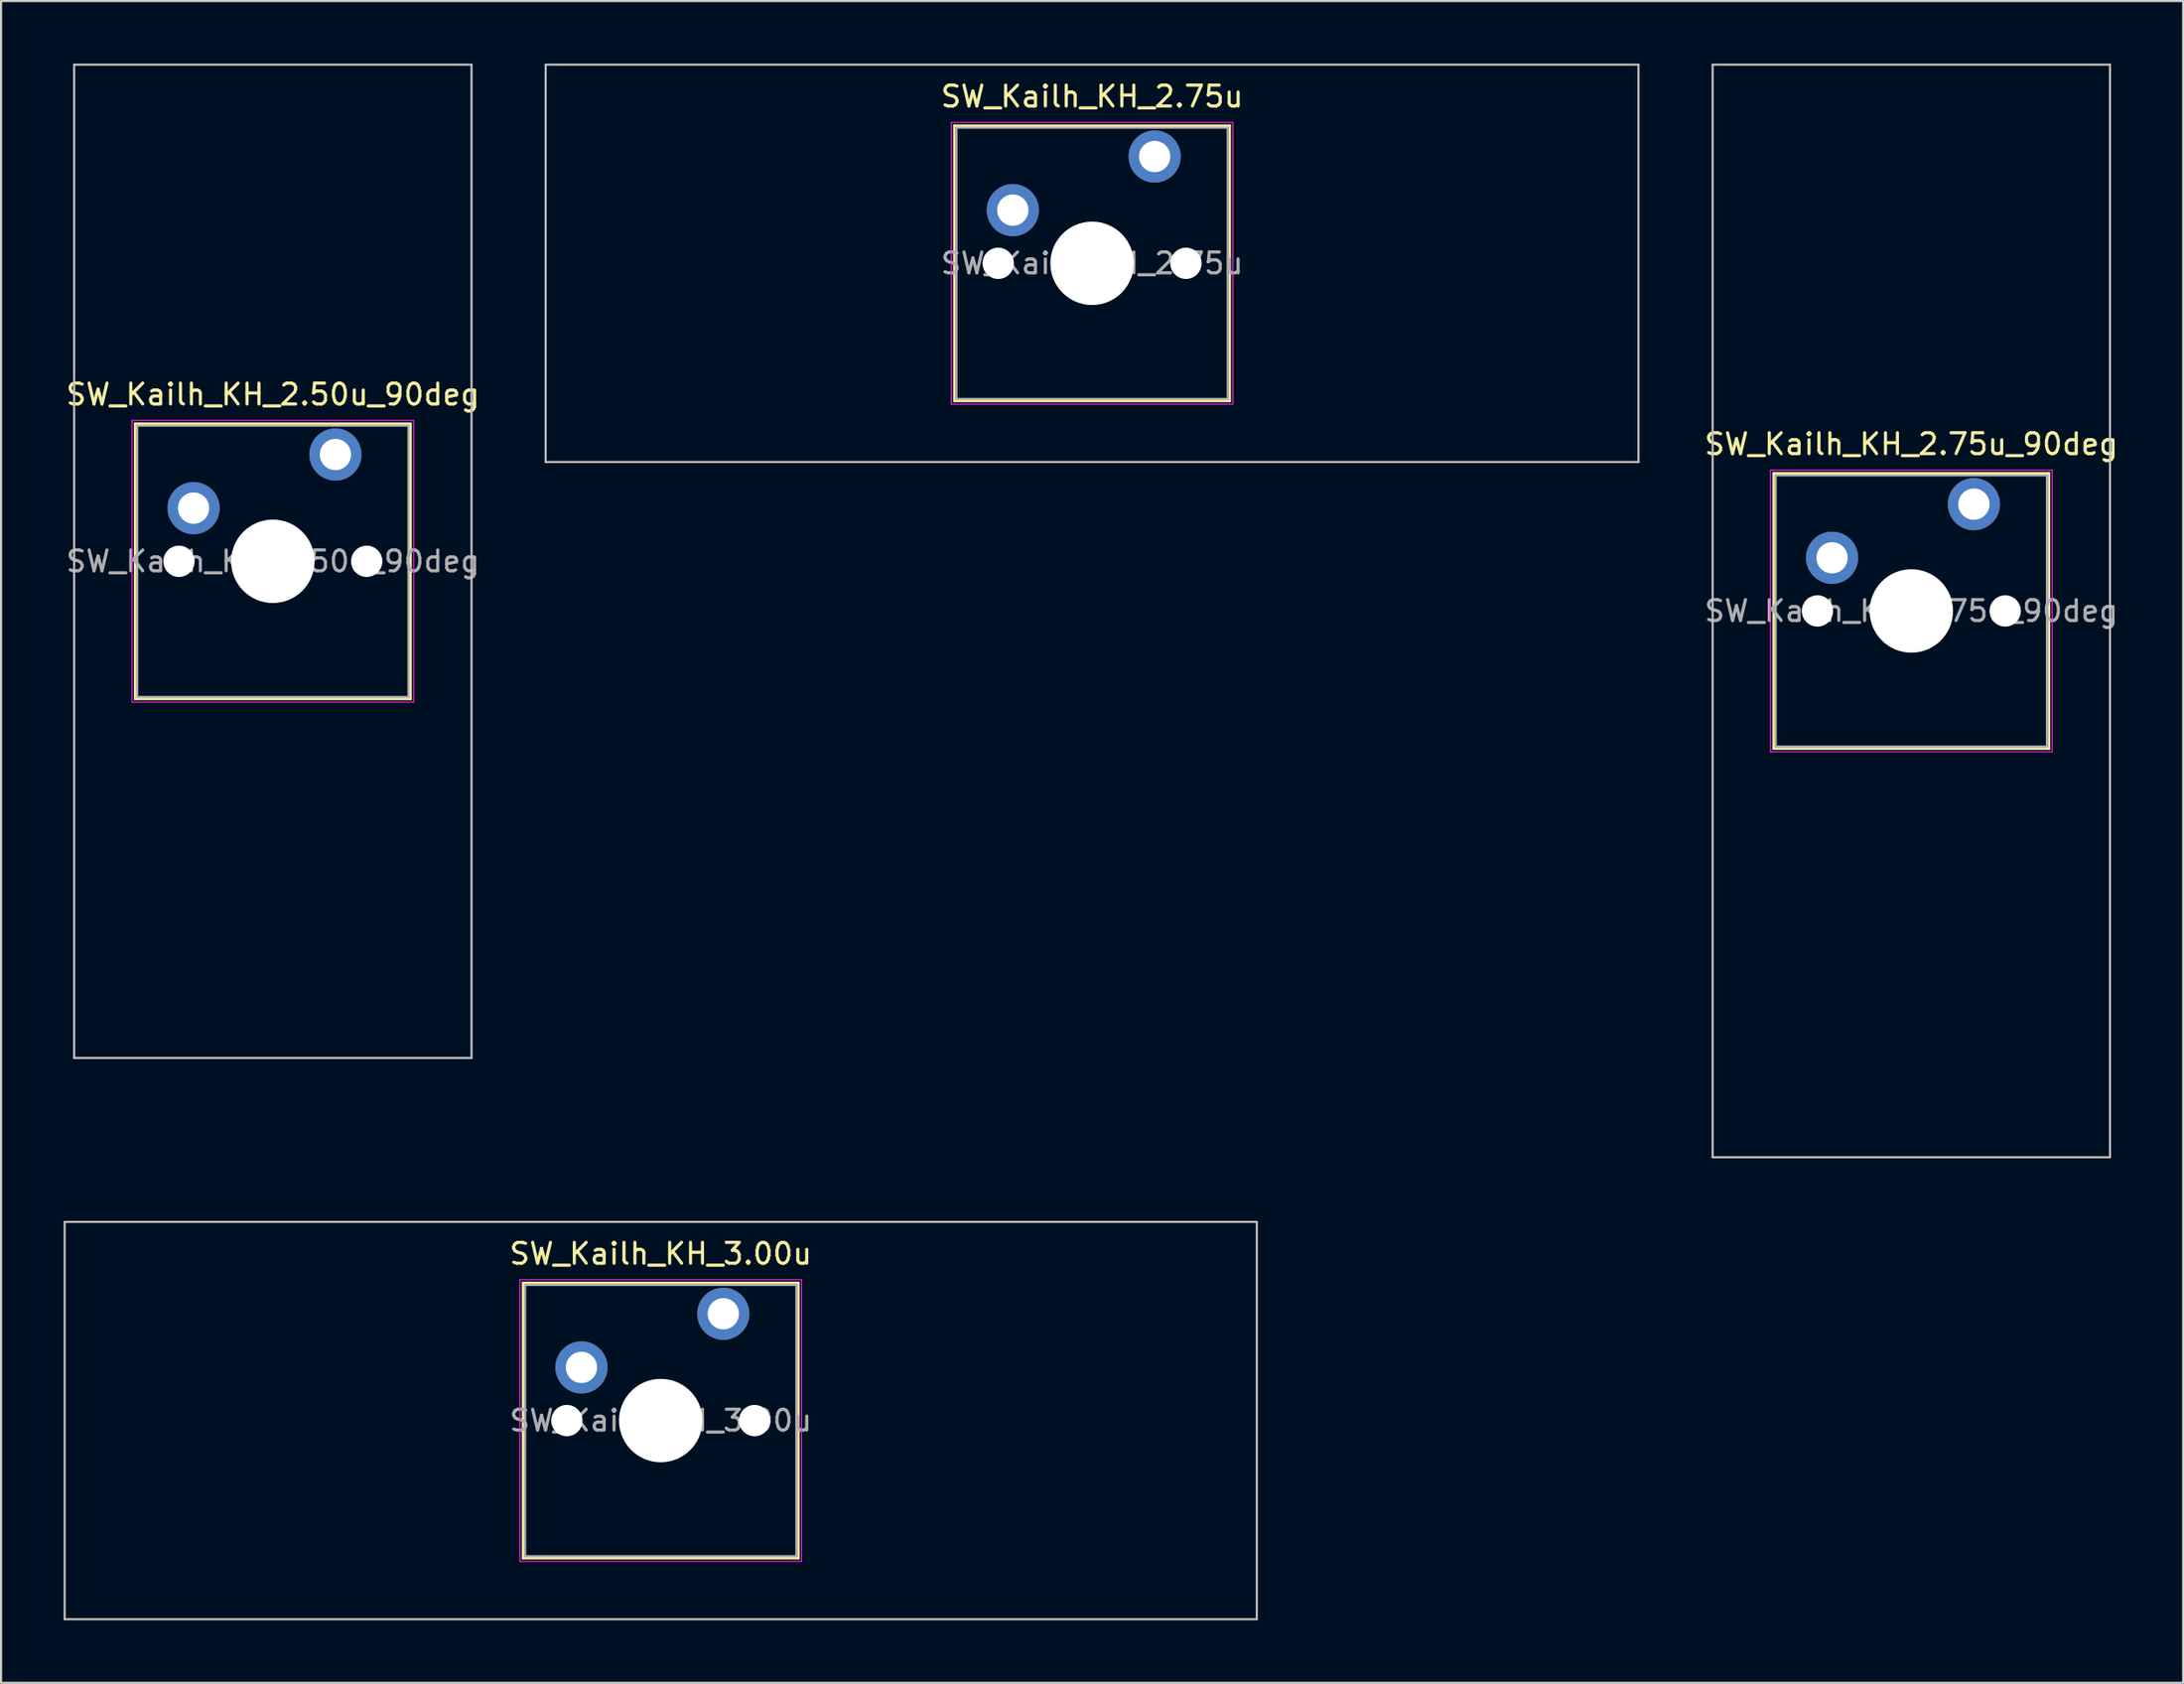
<source format=kicad_pcb>
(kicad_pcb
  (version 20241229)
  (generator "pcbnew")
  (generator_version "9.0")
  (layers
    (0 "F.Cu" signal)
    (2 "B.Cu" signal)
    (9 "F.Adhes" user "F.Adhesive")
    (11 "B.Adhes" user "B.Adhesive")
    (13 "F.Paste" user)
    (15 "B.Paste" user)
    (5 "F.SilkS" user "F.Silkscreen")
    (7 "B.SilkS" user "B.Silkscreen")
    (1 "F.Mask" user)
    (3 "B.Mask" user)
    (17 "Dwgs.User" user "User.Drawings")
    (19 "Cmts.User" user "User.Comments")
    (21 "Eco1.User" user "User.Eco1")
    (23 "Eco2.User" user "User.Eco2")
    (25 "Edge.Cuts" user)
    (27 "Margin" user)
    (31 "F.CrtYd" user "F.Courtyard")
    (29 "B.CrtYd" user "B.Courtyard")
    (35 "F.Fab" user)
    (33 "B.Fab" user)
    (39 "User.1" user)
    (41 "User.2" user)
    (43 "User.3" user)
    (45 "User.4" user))
  (footprint "SW_Kailh_KH_2.50u_90deg"
    (layer "F.Cu")
    (at 10.03 23.863)
    (property "Reference" "SW_Kailh_KH_2.50u_90deg" (at 0 -8 0) (layer "F.SilkS") (effects (font (size 1 1) (thickness 0.15))))
    (attr through_hole)
    (fp_line (start -6.6 -6.6) (end -6.6 6.6) (stroke (width 0.12) (type solid)) (layer "F.SilkS"))
    (fp_line (start -6.6 6.6) (end 6.6 6.6) (stroke (width 0.12) (type solid)) (layer "F.SilkS"))
    (fp_line (start 6.6 -6.6) (end -6.6 -6.6) (stroke (width 0.12) (type solid)) (layer "F.SilkS"))
    (fp_line (start 6.6 6.6) (end 6.6 -6.6) (stroke (width 0.12) (type solid)) (layer "F.SilkS"))
    (fp_line (start -9.525 -23.812) (end 9.525 -23.812) (stroke (width 0.1) (type solid)) (layer "Dwgs.User"))
    (fp_line (start -9.525 23.812) (end -9.525 -23.812) (stroke (width 0.1) (type solid)) (layer "Dwgs.User"))
    (fp_line (start 9.525 -23.812) (end 9.525 23.812) (stroke (width 0.1) (type solid)) (layer "Dwgs.User"))
    (fp_line (start 9.525 23.812) (end -9.525 23.812) (stroke (width 0.1) (type solid)) (layer "Dwgs.User"))
    (fp_line (start -6.1 -6.1) (end -6.1 6.1) (stroke (width 0.1) (type solid)) (layer "Eco1.User"))
    (fp_line (start -6.1 6.1) (end 6.1 6.1) (stroke (width 0.1) (type solid)) (layer "Eco1.User"))
    (fp_line (start 6.1 -6.1) (end -6.1 -6.1) (stroke (width 0.1) (type solid)) (layer "Eco1.User"))
    (fp_line (start 6.1 6.1) (end 6.1 -6.1) (stroke (width 0.1) (type solid)) (layer "Eco1.User"))
    (fp_line (start -6.75 -6.75) (end -6.75 6.75) (stroke (width 0.05) (type solid)) (layer "F.CrtYd"))
    (fp_line (start -6.75 6.75) (end 6.75 6.75) (stroke (width 0.05) (type solid)) (layer "F.CrtYd"))
    (fp_line (start 6.75 -6.75) (end -6.75 -6.75) (stroke (width 0.05) (type solid)) (layer "F.CrtYd"))
    (fp_line (start 6.75 6.75) (end 6.75 -6.75) (stroke (width 0.05) (type solid)) (layer "F.CrtYd"))
    (fp_line (start -6.5 -6.5) (end -6.5 6.5) (stroke (width 0.1) (type solid)) (layer "F.Fab"))
    (fp_line (start -6.5 6.5) (end 6.5 6.5) (stroke (width 0.1) (type solid)) (layer "F.Fab"))
    (fp_line (start 6.5 -6.5) (end -6.5 -6.5) (stroke (width 0.1) (type solid)) (layer "F.Fab"))
    (fp_line (start 6.5 6.5) (end 6.5 -6.5) (stroke (width 0.1) (type solid)) (layer "F.Fab"))
    (fp_text user "${REFERENCE}" (at 0 0 0) (layer "F.Fab") (effects (font (size 1 1) (thickness 0.15))))
    (pad "" np_thru_hole circle (at -4.5 0) (size 1.5 1.5) (drill 1.5) (layers "*.Cu" "*.Mask"))
    (pad "" smd circle (at -3.8 -2.55) (size 1.55 1.55) (layers "F.Mask"))
    (pad "" np_thru_hole circle (at 0 0) (size 4 4) (drill 4) (layers "*.Cu" "*.Mask"))
    (pad "" smd circle (at 3 -5.12) (size 1.55 1.55) (layers "F.Mask"))
    (pad "" np_thru_hole circle (at 4.5 0) (size 1.5 1.5) (drill 1.5) (layers "*.Cu" "*.Mask"))
    (pad "1" thru_hole circle (at -3.8 -2.55) (size 2.5 2.5) (drill 1.5) (layers "*.Cu" "B.Mask"))
    (pad "2" thru_hole circle (at 3 -5.12) (size 2.5 2.5) (drill 1.5) (layers "*.Cu" "B.Mask")))
  (footprint "SW_Kailh_KH_2.75u_90deg"
    (layer "F.Cu")
    (at 88.577 26.244)
    (property "Reference" "SW_Kailh_KH_2.75u_90deg" (at 0 -8 0) (layer "F.SilkS") (effects (font (size 1 1) (thickness 0.15))))
    (attr through_hole)
    (fp_line (start -6.6 -6.6) (end -6.6 6.6) (stroke (width 0.12) (type solid)) (layer "F.SilkS"))
    (fp_line (start -6.6 6.6) (end 6.6 6.6) (stroke (width 0.12) (type solid)) (layer "F.SilkS"))
    (fp_line (start 6.6 -6.6) (end -6.6 -6.6) (stroke (width 0.12) (type solid)) (layer "F.SilkS"))
    (fp_line (start 6.6 6.6) (end 6.6 -6.6) (stroke (width 0.12) (type solid)) (layer "F.SilkS"))
    (fp_line (start -9.525 -26.194) (end 9.525 -26.194) (stroke (width 0.1) (type solid)) (layer "Dwgs.User"))
    (fp_line (start -9.525 26.194) (end -9.525 -26.194) (stroke (width 0.1) (type solid)) (layer "Dwgs.User"))
    (fp_line (start 9.525 -26.194) (end 9.525 26.194) (stroke (width 0.1) (type solid)) (layer "Dwgs.User"))
    (fp_line (start 9.525 26.194) (end -9.525 26.194) (stroke (width 0.1) (type solid)) (layer "Dwgs.User"))
    (fp_line (start -6.1 -6.1) (end -6.1 6.1) (stroke (width 0.1) (type solid)) (layer "Eco1.User"))
    (fp_line (start -6.1 6.1) (end 6.1 6.1) (stroke (width 0.1) (type solid)) (layer "Eco1.User"))
    (fp_line (start 6.1 -6.1) (end -6.1 -6.1) (stroke (width 0.1) (type solid)) (layer "Eco1.User"))
    (fp_line (start 6.1 6.1) (end 6.1 -6.1) (stroke (width 0.1) (type solid)) (layer "Eco1.User"))
    (fp_line (start -6.75 -6.75) (end -6.75 6.75) (stroke (width 0.05) (type solid)) (layer "F.CrtYd"))
    (fp_line (start -6.75 6.75) (end 6.75 6.75) (stroke (width 0.05) (type solid)) (layer "F.CrtYd"))
    (fp_line (start 6.75 -6.75) (end -6.75 -6.75) (stroke (width 0.05) (type solid)) (layer "F.CrtYd"))
    (fp_line (start 6.75 6.75) (end 6.75 -6.75) (stroke (width 0.05) (type solid)) (layer "F.CrtYd"))
    (fp_line (start -6.5 -6.5) (end -6.5 6.5) (stroke (width 0.1) (type solid)) (layer "F.Fab"))
    (fp_line (start -6.5 6.5) (end 6.5 6.5) (stroke (width 0.1) (type solid)) (layer "F.Fab"))
    (fp_line (start 6.5 -6.5) (end -6.5 -6.5) (stroke (width 0.1) (type solid)) (layer "F.Fab"))
    (fp_line (start 6.5 6.5) (end 6.5 -6.5) (stroke (width 0.1) (type solid)) (layer "F.Fab"))
    (fp_text user "${REFERENCE}" (at 0 0 0) (layer "F.Fab") (effects (font (size 1 1) (thickness 0.15))))
    (pad "" np_thru_hole circle (at -4.5 0) (size 1.5 1.5) (drill 1.5) (layers "*.Cu" "*.Mask"))
    (pad "" smd circle (at -3.8 -2.55) (size 1.55 1.55) (layers "F.Mask"))
    (pad "" np_thru_hole circle (at 0 0) (size 4 4) (drill 4) (layers "*.Cu" "*.Mask"))
    (pad "" smd circle (at 3 -5.12) (size 1.55 1.55) (layers "F.Mask"))
    (pad "" np_thru_hole circle (at 4.5 0) (size 1.5 1.5) (drill 1.5) (layers "*.Cu" "*.Mask"))
    (pad "1" thru_hole circle (at -3.8 -2.55) (size 2.5 2.5) (drill 1.5) (layers "*.Cu" "B.Mask"))
    (pad "2" thru_hole circle (at 3 -5.12) (size 2.5 2.5) (drill 1.5) (layers "*.Cu" "B.Mask")))
  (footprint "SW_Kailh_KH_2.75u"
    (layer "F.Cu")
    (at 49.303 9.575)
    (property "Reference" "SW_Kailh_KH_2.75u" (at 0 -8 0) (layer "F.SilkS") (effects (font (size 1 1) (thickness 0.15))))
    (attr through_hole)
    (fp_line (start -6.6 -6.6) (end -6.6 6.6) (stroke (width 0.12) (type solid)) (layer "F.SilkS"))
    (fp_line (start -6.6 6.6) (end 6.6 6.6) (stroke (width 0.12) (type solid)) (layer "F.SilkS"))
    (fp_line (start 6.6 -6.6) (end -6.6 -6.6) (stroke (width 0.12) (type solid)) (layer "F.SilkS"))
    (fp_line (start 6.6 6.6) (end 6.6 -6.6) (stroke (width 0.12) (type solid)) (layer "F.SilkS"))
    (fp_line (start -26.194 -9.525) (end -26.194 9.525) (stroke (width 0.1) (type solid)) (layer "Dwgs.User"))
    (fp_line (start -26.194 9.525) (end 26.194 9.525) (stroke (width 0.1) (type solid)) (layer "Dwgs.User"))
    (fp_line (start 26.194 -9.525) (end -26.194 -9.525) (stroke (width 0.1) (type solid)) (layer "Dwgs.User"))
    (fp_line (start 26.194 9.525) (end 26.194 -9.525) (stroke (width 0.1) (type solid)) (layer "Dwgs.User"))
    (fp_line (start -6.1 -6.1) (end -6.1 6.1) (stroke (width 0.1) (type solid)) (layer "Eco1.User"))
    (fp_line (start -6.1 6.1) (end 6.1 6.1) (stroke (width 0.1) (type solid)) (layer "Eco1.User"))
    (fp_line (start 6.1 -6.1) (end -6.1 -6.1) (stroke (width 0.1) (type solid)) (layer "Eco1.User"))
    (fp_line (start 6.1 6.1) (end 6.1 -6.1) (stroke (width 0.1) (type solid)) (layer "Eco1.User"))
    (fp_line (start -6.75 -6.75) (end -6.75 6.75) (stroke (width 0.05) (type solid)) (layer "F.CrtYd"))
    (fp_line (start -6.75 6.75) (end 6.75 6.75) (stroke (width 0.05) (type solid)) (layer "F.CrtYd"))
    (fp_line (start 6.75 -6.75) (end -6.75 -6.75) (stroke (width 0.05) (type solid)) (layer "F.CrtYd"))
    (fp_line (start 6.75 6.75) (end 6.75 -6.75) (stroke (width 0.05) (type solid)) (layer "F.CrtYd"))
    (fp_line (start -6.5 -6.5) (end -6.5 6.5) (stroke (width 0.1) (type solid)) (layer "F.Fab"))
    (fp_line (start -6.5 6.5) (end 6.5 6.5) (stroke (width 0.1) (type solid)) (layer "F.Fab"))
    (fp_line (start 6.5 -6.5) (end -6.5 -6.5) (stroke (width 0.1) (type solid)) (layer "F.Fab"))
    (fp_line (start 6.5 6.5) (end 6.5 -6.5) (stroke (width 0.1) (type solid)) (layer "F.Fab"))
    (fp_text user "${REFERENCE}" (at 0 0 0) (layer "F.Fab") (effects (font (size 1 1) (thickness 0.15))))
    (pad "" np_thru_hole circle (at -4.5 0) (size 1.5 1.5) (drill 1.5) (layers "*.Cu" "*.Mask"))
    (pad "" smd circle (at -3.8 -2.55) (size 1.55 1.55) (layers "F.Mask"))
    (pad "" np_thru_hole circle (at 0 0) (size 4 4) (drill 4) (layers "*.Cu" "*.Mask"))
    (pad "" smd circle (at 3 -5.12) (size 1.55 1.55) (layers "F.Mask"))
    (pad "" np_thru_hole circle (at 4.5 0) (size 1.5 1.5) (drill 1.5) (layers "*.Cu" "*.Mask"))
    (pad "1" thru_hole circle (at -3.8 -2.55) (size 2.5 2.5) (drill 1.5) (layers "*.Cu" "B.Mask"))
    (pad "2" thru_hole circle (at 3 -5.12) (size 2.5 2.5) (drill 1.5) (layers "*.Cu" "B.Mask")))
  (footprint "SW_Kailh_KH_3.00u"
    (layer "F.Cu")
    (at 28.625 65.062)
    (property "Reference" "SW_Kailh_KH_3.00u" (at 0 -8 0) (layer "F.SilkS") (effects (font (size 1 1) (thickness 0.15))))
    (attr through_hole)
    (fp_line (start -6.6 -6.6) (end -6.6 6.6) (stroke (width 0.12) (type solid)) (layer "F.SilkS"))
    (fp_line (start -6.6 6.6) (end 6.6 6.6) (stroke (width 0.12) (type solid)) (layer "F.SilkS"))
    (fp_line (start 6.6 -6.6) (end -6.6 -6.6) (stroke (width 0.12) (type solid)) (layer "F.SilkS"))
    (fp_line (start 6.6 6.6) (end 6.6 -6.6) (stroke (width 0.12) (type solid)) (layer "F.SilkS"))
    (fp_line (start -28.575 -9.525) (end -28.575 9.525) (stroke (width 0.1) (type solid)) (layer "Dwgs.User"))
    (fp_line (start -28.575 9.525) (end 28.575 9.525) (stroke (width 0.1) (type solid)) (layer "Dwgs.User"))
    (fp_line (start 28.575 -9.525) (end -28.575 -9.525) (stroke (width 0.1) (type solid)) (layer "Dwgs.User"))
    (fp_line (start 28.575 9.525) (end 28.575 -9.525) (stroke (width 0.1) (type solid)) (layer "Dwgs.User"))
    (fp_line (start -6.1 -6.1) (end -6.1 6.1) (stroke (width 0.1) (type solid)) (layer "Eco1.User"))
    (fp_line (start -6.1 6.1) (end 6.1 6.1) (stroke (width 0.1) (type solid)) (layer "Eco1.User"))
    (fp_line (start 6.1 -6.1) (end -6.1 -6.1) (stroke (width 0.1) (type solid)) (layer "Eco1.User"))
    (fp_line (start 6.1 6.1) (end 6.1 -6.1) (stroke (width 0.1) (type solid)) (layer "Eco1.User"))
    (fp_line (start -6.75 -6.75) (end -6.75 6.75) (stroke (width 0.05) (type solid)) (layer "F.CrtYd"))
    (fp_line (start -6.75 6.75) (end 6.75 6.75) (stroke (width 0.05) (type solid)) (layer "F.CrtYd"))
    (fp_line (start 6.75 -6.75) (end -6.75 -6.75) (stroke (width 0.05) (type solid)) (layer "F.CrtYd"))
    (fp_line (start 6.75 6.75) (end 6.75 -6.75) (stroke (width 0.05) (type solid)) (layer "F.CrtYd"))
    (fp_line (start -6.5 -6.5) (end -6.5 6.5) (stroke (width 0.1) (type solid)) (layer "F.Fab"))
    (fp_line (start -6.5 6.5) (end 6.5 6.5) (stroke (width 0.1) (type solid)) (layer "F.Fab"))
    (fp_line (start 6.5 -6.5) (end -6.5 -6.5) (stroke (width 0.1) (type solid)) (layer "F.Fab"))
    (fp_line (start 6.5 6.5) (end 6.5 -6.5) (stroke (width 0.1) (type solid)) (layer "F.Fab"))
    (fp_text user "${REFERENCE}" (at 0 0 0) (layer "F.Fab") (effects (font (size 1 1) (thickness 0.15))))
    (pad "" np_thru_hole circle (at -4.5 0) (size 1.5 1.5) (drill 1.5) (layers "*.Cu" "*.Mask"))
    (pad "" smd circle (at -3.8 -2.55) (size 1.55 1.55) (layers "F.Mask"))
    (pad "" np_thru_hole circle (at 0 0) (size 4 4) (drill 4) (layers "*.Cu" "*.Mask"))
    (pad "" smd circle (at 3 -5.12) (size 1.55 1.55) (layers "F.Mask"))
    (pad "" np_thru_hole circle (at 4.5 0) (size 1.5 1.5) (drill 1.5) (layers "*.Cu" "*.Mask"))
    (pad "1" thru_hole circle (at -3.8 -2.55) (size 2.5 2.5) (drill 1.5) (layers "*.Cu" "B.Mask"))
    (pad "2" thru_hole circle (at 3 -5.12) (size 2.5 2.5) (drill 1.5) (layers "*.Cu" "B.Mask")))
  (gr_rect
    (start -3 -3)
    (end 101.607 77.638)
    (stroke (width 0.1) (type default))
    (fill no)
    (layer "Edge.Cuts")))
</source>
